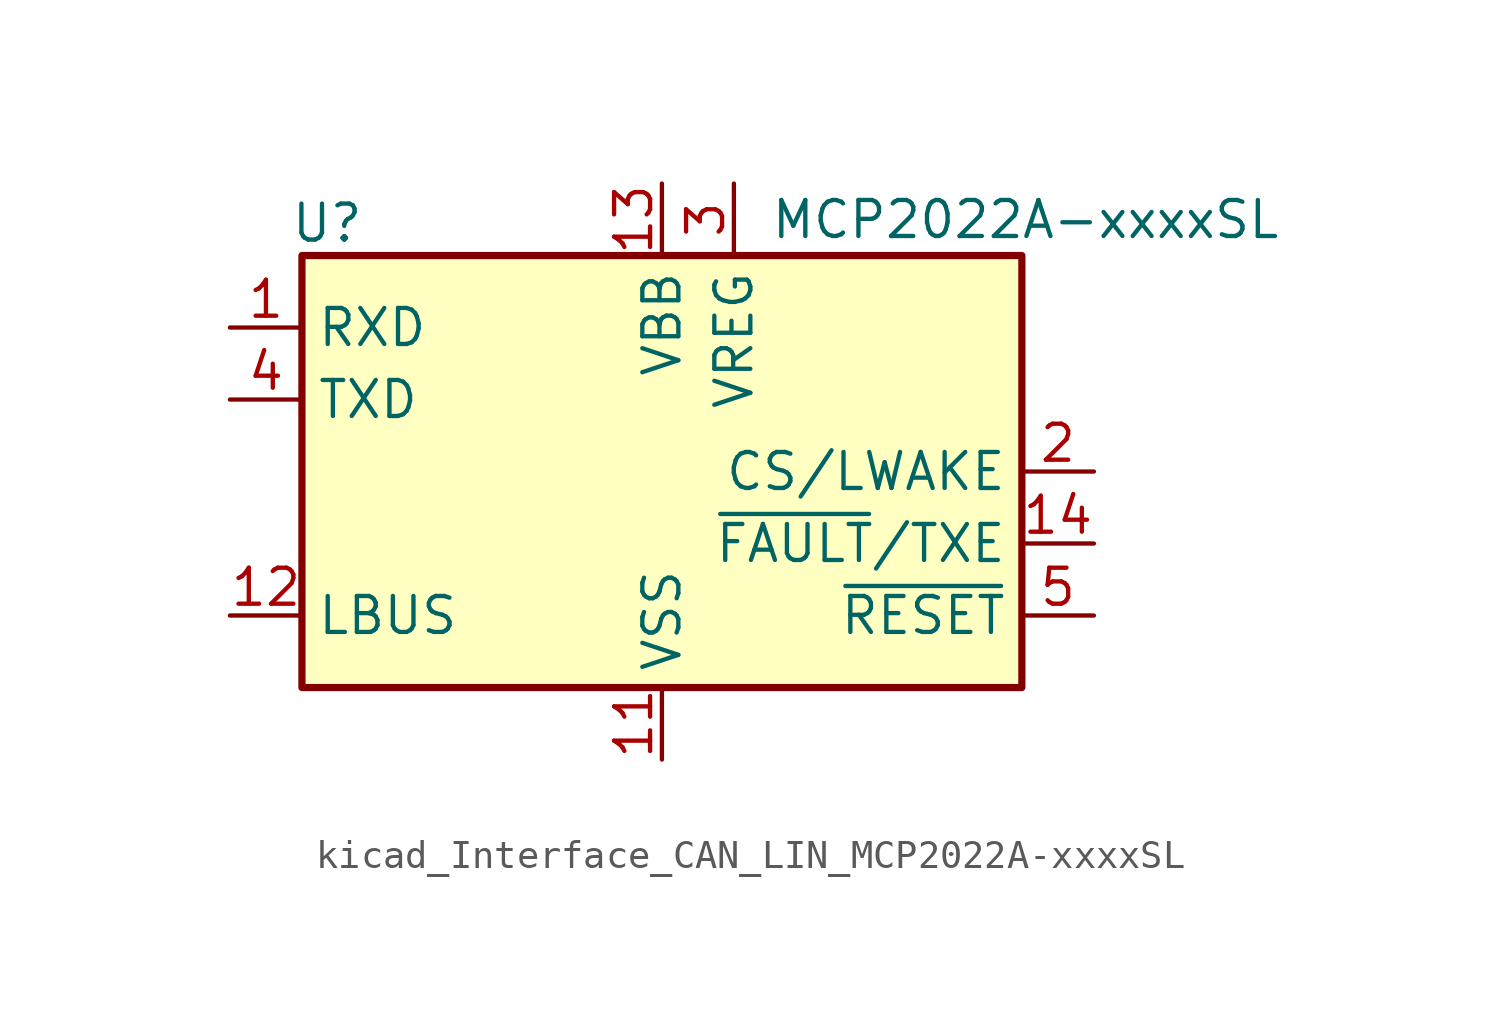
<source format=kicad_sym>
(kicad_symbol_lib
  (version 20220914)
  (generator kicad_symbol_editor)
  (symbol "kicad_Interface_CAN_LIN_MCP2022A-xxxxSL"
    (property "Reference" "U"
      (at -11.811 8.763 0)
      (effects (font (size 1.27 1.27))))
    (property "Value" "MCP2022A-xxxxSL"
      (at 3.81 8.89 0)
      (effects (font (size 1.27 1.27)) (justify left)))
    (symbol "kicad_Interface_CAN_LIN_MCP2022A-xxxxSL_0_1"
      (rectangle (start -12.7 7.62) (end 12.7 -7.62) (stroke (width 0.254) (type default)) (fill (type background))))
    (symbol "kicad_Interface_CAN_LIN_MCP2022A-xxxxSL_1_1"
      (pin output line (at -15.24 5.08 0) (length 2.54) (name "RXD" (effects (font (size 1.27 1.27)))) (number "1" (effects (font (size 1.27 1.27)))))
      (pin no_connect line (at -10.16 -7.62 90) (length 2.54) hide (name "NC" (effects (font (size 1.27 1.27)))) (number "10" (effects (font (size 1.27 1.27)))))
      (pin power_in line (at 0 -10.16 90) (length 2.54) (name "VSS" (effects (font (size 1.27 1.27)))) (number "11" (effects (font (size 1.27 1.27)))))
      (pin open_collector line (at -15.24 -5.08 0) (length 2.54) (name "LBUS" (effects (font (size 1.27 1.27)))) (number "12" (effects (font (size 1.27 1.27)))))
      (pin power_in line (at 0 10.16 270) (length 2.54) (name "VBB" (effects (font (size 1.27 1.27)))) (number "13" (effects (font (size 1.27 1.27)))))
      (pin open_collector line (at 15.24 -2.54 180) (length 2.54) (name "~{FAULT}/TXE" (effects (font (size 1.27 1.27)))) (number "14" (effects (font (size 1.27 1.27)))))
      (pin input line (at 15.24 0 180) (length 2.54) (name "CS/LWAKE" (effects (font (size 1.27 1.27)))) (number "2" (effects (font (size 1.27 1.27)))))
      (pin power_out line (at 2.54 10.16 270) (length 2.54) (name "VREG" (effects (font (size 1.27 1.27)))) (number "3" (effects (font (size 1.27 1.27)))))
      (pin input line (at -15.24 2.54 0) (length 2.54) (name "TXD" (effects (font (size 1.27 1.27)))) (number "4" (effects (font (size 1.27 1.27)))))
      (pin output line (at 15.24 -5.08 180) (length 2.54) (name "~{RESET}" (effects (font (size 1.27 1.27)))) (number "5" (effects (font (size 1.27 1.27)))))
      (pin no_connect line (at 2.54 -7.62 90) (length 2.54) hide (name "NC" (effects (font (size 1.27 1.27)))) (number "6" (effects (font (size 1.27 1.27)))))
      (pin no_connect line (at -2.54 -7.62 90) (length 2.54) hide (name "NC" (effects (font (size 1.27 1.27)))) (number "7" (effects (font (size 1.27 1.27)))))
      (pin no_connect line (at -5.08 -7.62 90) (length 2.54) hide (name "NC" (effects (font (size 1.27 1.27)))) (number "8" (effects (font (size 1.27 1.27)))))
      (pin no_connect line (at -7.62 -7.62 90) (length 2.54) hide (name "NC" (effects (font (size 1.27 1.27)))) (number "9" (effects (font (size 1.27 1.27))))))))
</source>
